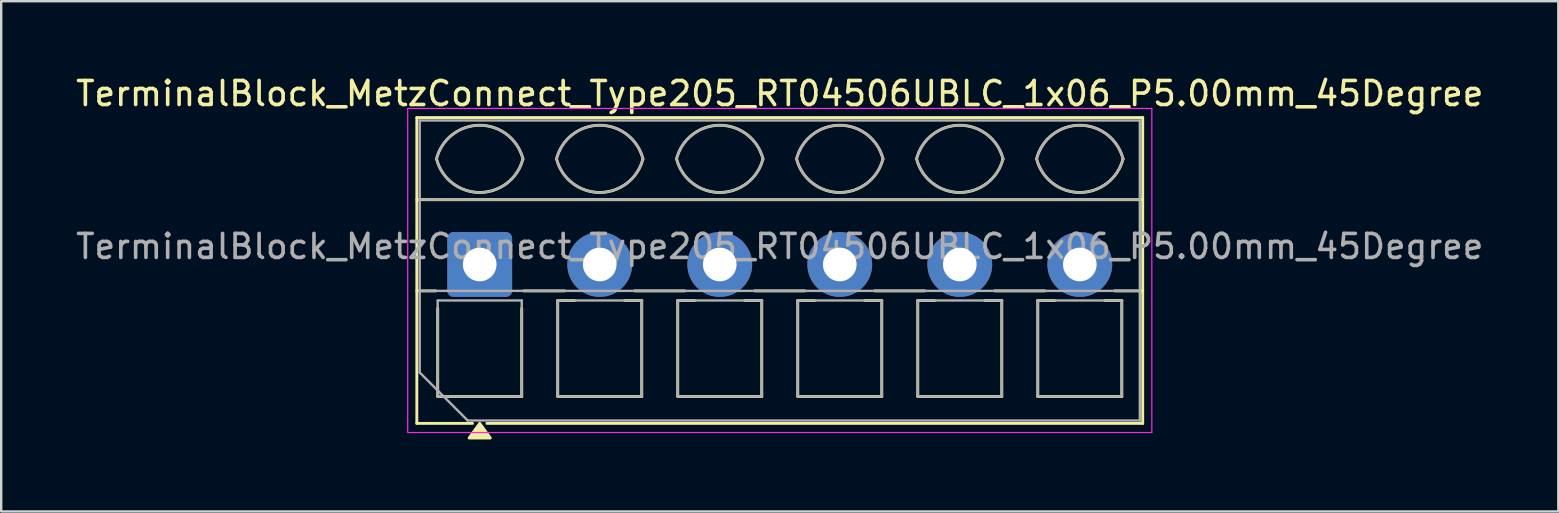
<source format=kicad_pcb>
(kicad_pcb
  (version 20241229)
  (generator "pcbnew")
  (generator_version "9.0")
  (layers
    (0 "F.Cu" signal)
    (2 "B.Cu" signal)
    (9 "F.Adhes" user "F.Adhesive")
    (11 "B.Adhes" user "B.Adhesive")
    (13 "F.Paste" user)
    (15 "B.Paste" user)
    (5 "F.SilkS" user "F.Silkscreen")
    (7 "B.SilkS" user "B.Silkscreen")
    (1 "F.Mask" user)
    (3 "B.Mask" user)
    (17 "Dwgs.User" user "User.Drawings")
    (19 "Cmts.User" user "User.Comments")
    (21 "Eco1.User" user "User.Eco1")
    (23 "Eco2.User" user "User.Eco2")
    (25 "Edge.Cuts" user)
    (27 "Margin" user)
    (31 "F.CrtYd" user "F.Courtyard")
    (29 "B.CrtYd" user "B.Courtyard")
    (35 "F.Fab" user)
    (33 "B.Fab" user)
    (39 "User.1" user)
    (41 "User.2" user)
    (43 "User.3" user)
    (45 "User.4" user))
  (footprint "TerminalBlock_MetzConnect_Type205_RT04506UBLC_1x06_P5.00mm_45Degree"
    (layer "F.Cu")
    (at 16.935 7.968)
    (property "Reference" "TerminalBlock_MetzConnect_Type205_RT04506UBLC_1x06_P5.00mm_45Degree" (at 12.5 -7.12 0) (layer "F.SilkS") (effects (font (size 1 1) (thickness 0.15))))
    (attr through_hole)
    (fp_line (start -2.62 -6.12) (end -2.62 6.62) (stroke (width 0.12) (type solid)) (layer "F.SilkS"))
    (fp_line (start -2.62 -6.12) (end 27.62 -6.12) (stroke (width 0.12) (type solid)) (layer "F.SilkS"))
    (fp_line (start -2.62 -2.7) (end 27.62 -2.7) (stroke (width 0.12) (type solid)) (layer "F.SilkS"))
    (fp_line (start -2.62 1.1) (end -1.83 1.1) (stroke (width 0.12) (type solid)) (layer "F.SilkS"))
    (fp_line (start -2.62 6.62) (end -0.3 6.62) (stroke (width 0.12) (type solid)) (layer "F.SilkS"))
    (fp_line (start -1.75 1.83) (end -1.75 5.5) (stroke (width 0.12) (type solid)) (layer "F.SilkS"))
    (fp_line (start -1.75 5.5) (end 1.75 5.5) (stroke (width 0.12) (type solid)) (layer "F.SilkS"))
    (fp_line (start 0.3 6.62) (end 27.62 6.62) (stroke (width 0.12) (type solid)) (layer "F.SilkS"))
    (fp_line (start 1.75 1.83) (end 1.75 5.5) (stroke (width 0.12) (type solid)) (layer "F.SilkS"))
    (fp_line (start 1.83 1.1) (end 3.538 1.1) (stroke (width 0.12) (type solid)) (layer "F.SilkS"))
    (fp_line (start 3.25 1.5) (end 3.25 5.5) (stroke (width 0.12) (type solid)) (layer "F.SilkS"))
    (fp_line (start 3.25 1.5) (end 3.952 1.5) (stroke (width 0.12) (type solid)) (layer "F.SilkS"))
    (fp_line (start 3.25 5.5) (end 6.75 5.5) (stroke (width 0.12) (type solid)) (layer "F.SilkS"))
    (fp_line (start 6.048 1.5) (end 6.75 1.5) (stroke (width 0.12) (type solid)) (layer "F.SilkS"))
    (fp_line (start 6.462 1.1) (end 8.538 1.1) (stroke (width 0.12) (type solid)) (layer "F.SilkS"))
    (fp_line (start 6.75 1.5) (end 6.75 5.5) (stroke (width 0.12) (type solid)) (layer "F.SilkS"))
    (fp_line (start 8.25 1.5) (end 8.25 5.5) (stroke (width 0.12) (type solid)) (layer "F.SilkS"))
    (fp_line (start 8.25 1.5) (end 8.952 1.5) (stroke (width 0.12) (type solid)) (layer "F.SilkS"))
    (fp_line (start 8.25 5.5) (end 11.75 5.5) (stroke (width 0.12) (type solid)) (layer "F.SilkS"))
    (fp_line (start 11.048 1.5) (end 11.75 1.5) (stroke (width 0.12) (type solid)) (layer "F.SilkS"))
    (fp_line (start 11.462 1.1) (end 13.538 1.1) (stroke (width 0.12) (type solid)) (layer "F.SilkS"))
    (fp_line (start 11.75 1.5) (end 11.75 5.5) (stroke (width 0.12) (type solid)) (layer "F.SilkS"))
    (fp_line (start 13.25 1.5) (end 13.25 5.5) (stroke (width 0.12) (type solid)) (layer "F.SilkS"))
    (fp_line (start 13.25 1.5) (end 13.952 1.5) (stroke (width 0.12) (type solid)) (layer "F.SilkS"))
    (fp_line (start 13.25 5.5) (end 16.75 5.5) (stroke (width 0.12) (type solid)) (layer "F.SilkS"))
    (fp_line (start 16.048 1.5) (end 16.75 1.5) (stroke (width 0.12) (type solid)) (layer "F.SilkS"))
    (fp_line (start 16.462 1.1) (end 18.538 1.1) (stroke (width 0.12) (type solid)) (layer "F.SilkS"))
    (fp_line (start 16.75 1.5) (end 16.75 5.5) (stroke (width 0.12) (type solid)) (layer "F.SilkS"))
    (fp_line (start 18.25 1.5) (end 18.25 5.5) (stroke (width 0.12) (type solid)) (layer "F.SilkS"))
    (fp_line (start 18.25 1.5) (end 18.952 1.5) (stroke (width 0.12) (type solid)) (layer "F.SilkS"))
    (fp_line (start 18.25 5.5) (end 21.75 5.5) (stroke (width 0.12) (type solid)) (layer "F.SilkS"))
    (fp_line (start 21.048 1.5) (end 21.75 1.5) (stroke (width 0.12) (type solid)) (layer "F.SilkS"))
    (fp_line (start 21.462 1.1) (end 23.538 1.1) (stroke (width 0.12) (type solid)) (layer "F.SilkS"))
    (fp_line (start 21.75 1.5) (end 21.75 5.5) (stroke (width 0.12) (type solid)) (layer "F.SilkS"))
    (fp_line (start 23.25 1.5) (end 23.25 5.5) (stroke (width 0.12) (type solid)) (layer "F.SilkS"))
    (fp_line (start 23.25 1.5) (end 23.952 1.5) (stroke (width 0.12) (type solid)) (layer "F.SilkS"))
    (fp_line (start 23.25 5.5) (end 26.75 5.5) (stroke (width 0.12) (type solid)) (layer "F.SilkS"))
    (fp_line (start 26.048 1.5) (end 26.75 1.5) (stroke (width 0.12) (type solid)) (layer "F.SilkS"))
    (fp_line (start 26.462 1.1) (end 27.62 1.1) (stroke (width 0.12) (type solid)) (layer "F.SilkS"))
    (fp_line (start 26.75 1.5) (end 26.75 5.5) (stroke (width 0.12) (type solid)) (layer "F.SilkS"))
    (fp_line (start 27.62 -6.12) (end 27.62 6.62) (stroke (width 0.12) (type solid)) (layer "F.SilkS"))
    (fp_arc (start -1.8 -4.4) (mid 0 -5.8) (end 1.8 -4.4) (stroke (width 0.12) (type solid)) (layer "F.SilkS"))
    (fp_arc (start 1.8 -4.4) (mid 0 -3) (end -1.8 -4.4) (stroke (width 0.12) (type solid)) (layer "F.SilkS"))
    (fp_arc (start 3.2 -4.4) (mid 5 -5.8) (end 6.8 -4.4) (stroke (width 0.12) (type solid)) (layer "F.SilkS"))
    (fp_arc (start 6.8 -4.4) (mid 5 -3) (end 3.2 -4.4) (stroke (width 0.12) (type solid)) (layer "F.SilkS"))
    (fp_arc (start 8.2 -4.4) (mid 10 -5.8) (end 11.8 -4.4) (stroke (width 0.12) (type solid)) (layer "F.SilkS"))
    (fp_arc (start 11.8 -4.4) (mid 10 -3) (end 8.2 -4.4) (stroke (width 0.12) (type solid)) (layer "F.SilkS"))
    (fp_arc (start 13.2 -4.4) (mid 15 -5.8) (end 16.8 -4.4) (stroke (width 0.12) (type solid)) (layer "F.SilkS"))
    (fp_arc (start 16.8 -4.4) (mid 15 -3) (end 13.2 -4.4) (stroke (width 0.12) (type solid)) (layer "F.SilkS"))
    (fp_arc (start 18.2 -4.4) (mid 20 -5.8) (end 21.8 -4.4) (stroke (width 0.12) (type solid)) (layer "F.SilkS"))
    (fp_arc (start 21.8 -4.4) (mid 20 -3) (end 18.2 -4.4) (stroke (width 0.12) (type solid)) (layer "F.SilkS"))
    (fp_arc (start 23.2 -4.4) (mid 25 -5.8) (end 26.8 -4.4) (stroke (width 0.12) (type solid)) (layer "F.SilkS"))
    (fp_arc (start 26.8 -4.4) (mid 25 -3) (end 23.2 -4.4) (stroke (width 0.12) (type solid)) (layer "F.SilkS"))
    (fp_poly (pts (xy 0 6.62) (xy 0.44 7.23) (xy -0.44 7.23)) (stroke (width 0.12) (type solid)) (fill yes) (layer "F.SilkS"))
    (fp_line (start -3 -6.5) (end -3 7) (stroke (width 0.05) (type solid)) (layer "F.CrtYd"))
    (fp_line (start -3 7) (end 28 7) (stroke (width 0.05) (type solid)) (layer "F.CrtYd"))
    (fp_line (start 28 -6.5) (end -3 -6.5) (stroke (width 0.05) (type solid)) (layer "F.CrtYd"))
    (fp_line (start 28 7) (end 28 -6.5) (stroke (width 0.05) (type solid)) (layer "F.CrtYd"))
    (fp_line (start -2.5 -6) (end 27.5 -6) (stroke (width 0.1) (type solid)) (layer "F.Fab"))
    (fp_line (start -2.5 -2.7) (end 27.5 -2.7) (stroke (width 0.1) (type solid)) (layer "F.Fab"))
    (fp_line (start -2.5 1.1) (end 27.5 1.1) (stroke (width 0.1) (type solid)) (layer "F.Fab"))
    (fp_line (start -2.5 4.5) (end -2.5 -6) (stroke (width 0.1) (type solid)) (layer "F.Fab"))
    (fp_line (start -1.75 1.5) (end -1.75 5.5) (stroke (width 0.1) (type solid)) (layer "F.Fab"))
    (fp_line (start -1.75 5.5) (end 1.75 5.5) (stroke (width 0.1) (type solid)) (layer "F.Fab"))
    (fp_line (start -0.5 6.5) (end -2.5 4.5) (stroke (width 0.1) (type solid)) (layer "F.Fab"))
    (fp_line (start 1.75 1.5) (end -1.75 1.5) (stroke (width 0.1) (type solid)) (layer "F.Fab"))
    (fp_line (start 1.75 5.5) (end 1.75 1.5) (stroke (width 0.1) (type solid)) (layer "F.Fab"))
    (fp_line (start 3.25 1.5) (end 3.25 5.5) (stroke (width 0.1) (type solid)) (layer "F.Fab"))
    (fp_line (start 3.25 5.5) (end 6.75 5.5) (stroke (width 0.1) (type solid)) (layer "F.Fab"))
    (fp_line (start 6.75 1.5) (end 3.25 1.5) (stroke (width 0.1) (type solid)) (layer "F.Fab"))
    (fp_line (start 6.75 5.5) (end 6.75 1.5) (stroke (width 0.1) (type solid)) (layer "F.Fab"))
    (fp_line (start 8.25 1.5) (end 8.25 5.5) (stroke (width 0.1) (type solid)) (layer "F.Fab"))
    (fp_line (start 8.25 5.5) (end 11.75 5.5) (stroke (width 0.1) (type solid)) (layer "F.Fab"))
    (fp_line (start 11.75 1.5) (end 8.25 1.5) (stroke (width 0.1) (type solid)) (layer "F.Fab"))
    (fp_line (start 11.75 5.5) (end 11.75 1.5) (stroke (width 0.1) (type solid)) (layer "F.Fab"))
    (fp_line (start 13.25 1.5) (end 13.25 5.5) (stroke (width 0.1) (type solid)) (layer "F.Fab"))
    (fp_line (start 13.25 5.5) (end 16.75 5.5) (stroke (width 0.1) (type solid)) (layer "F.Fab"))
    (fp_line (start 16.75 1.5) (end 13.25 1.5) (stroke (width 0.1) (type solid)) (layer "F.Fab"))
    (fp_line (start 16.75 5.5) (end 16.75 1.5) (stroke (width 0.1) (type solid)) (layer "F.Fab"))
    (fp_line (start 18.25 1.5) (end 18.25 5.5) (stroke (width 0.1) (type solid)) (layer "F.Fab"))
    (fp_line (start 18.25 5.5) (end 21.75 5.5) (stroke (width 0.1) (type solid)) (layer "F.Fab"))
    (fp_line (start 21.75 1.5) (end 18.25 1.5) (stroke (width 0.1) (type solid)) (layer "F.Fab"))
    (fp_line (start 21.75 5.5) (end 21.75 1.5) (stroke (width 0.1) (type solid)) (layer "F.Fab"))
    (fp_line (start 23.25 1.5) (end 23.25 5.5) (stroke (width 0.1) (type solid)) (layer "F.Fab"))
    (fp_line (start 23.25 5.5) (end 26.75 5.5) (stroke (width 0.1) (type solid)) (layer "F.Fab"))
    (fp_line (start 26.75 1.5) (end 23.25 1.5) (stroke (width 0.1) (type solid)) (layer "F.Fab"))
    (fp_line (start 26.75 5.5) (end 26.75 1.5) (stroke (width 0.1) (type solid)) (layer "F.Fab"))
    (fp_line (start 27.5 -6) (end 27.5 6.5) (stroke (width 0.1) (type solid)) (layer "F.Fab"))
    (fp_line (start 27.5 6.5) (end -0.5 6.5) (stroke (width 0.1) (type solid)) (layer "F.Fab"))
    (fp_arc (start -1.8 -4.4) (mid 0 -5.8) (end 1.8 -4.4) (stroke (width 0.1) (type solid)) (layer "F.Fab"))
    (fp_arc (start 1.8 -4.4) (mid 0 -3) (end -1.8 -4.4) (stroke (width 0.1) (type solid)) (layer "F.Fab"))
    (fp_arc (start 3.2 -4.4) (mid 5 -5.8) (end 6.8 -4.4) (stroke (width 0.1) (type solid)) (layer "F.Fab"))
    (fp_arc (start 6.8 -4.4) (mid 5 -3) (end 3.2 -4.4) (stroke (width 0.1) (type solid)) (layer "F.Fab"))
    (fp_arc (start 8.2 -4.4) (mid 10 -5.8) (end 11.8 -4.4) (stroke (width 0.1) (type solid)) (layer "F.Fab"))
    (fp_arc (start 11.8 -4.4) (mid 10 -3) (end 8.2 -4.4) (stroke (width 0.1) (type solid)) (layer "F.Fab"))
    (fp_arc (start 13.2 -4.4) (mid 15 -5.8) (end 16.8 -4.4) (stroke (width 0.1) (type solid)) (layer "F.Fab"))
    (fp_arc (start 16.8 -4.4) (mid 15 -3) (end 13.2 -4.4) (stroke (width 0.1) (type solid)) (layer "F.Fab"))
    (fp_arc (start 18.2 -4.4) (mid 20 -5.8) (end 21.8 -4.4) (stroke (width 0.1) (type solid)) (layer "F.Fab"))
    (fp_arc (start 21.8 -4.4) (mid 20 -3) (end 18.2 -4.4) (stroke (width 0.1) (type solid)) (layer "F.Fab"))
    (fp_arc (start 23.2 -4.4) (mid 25 -5.8) (end 26.8 -4.4) (stroke (width 0.1) (type solid)) (layer "F.Fab"))
    (fp_arc (start 26.8 -4.4) (mid 25 -3) (end 23.2 -4.4) (stroke (width 0.1) (type solid)) (layer "F.Fab"))
    (fp_text user "${REFERENCE}" (at 12.5 -0.75 0) (layer "F.Fab") (effects (font (size 1 1) (thickness 0.15))))
    (pad "1" thru_hole roundrect (at 0 0) (size 2.7 2.7) (drill 1.4) (layers "*.Cu" "*.Mask") (roundrect_rratio 0.093))
    (pad "2" thru_hole circle (at 5 0) (size 2.7 2.7) (drill 1.4) (layers "*.Cu" "*.Mask"))
    (pad "3" thru_hole circle (at 10 0) (size 2.7 2.7) (drill 1.4) (layers "*.Cu" "*.Mask"))
    (pad "4" thru_hole circle (at 15 0) (size 2.7 2.7) (drill 1.4) (layers "*.Cu" "*.Mask"))
    (pad "5" thru_hole circle (at 20 0) (size 2.7 2.7) (drill 1.4) (layers "*.Cu" "*.Mask"))
    (pad "6" thru_hole circle (at 25 0) (size 2.7 2.7) (drill 1.4) (layers "*.Cu" "*.Mask")))
  (gr_rect
    (start -3 -3)
    (end 61.869 18.258)
    (stroke (width 0.1) (type default))
    (fill no)
    (layer "Edge.Cuts")))
</source>
